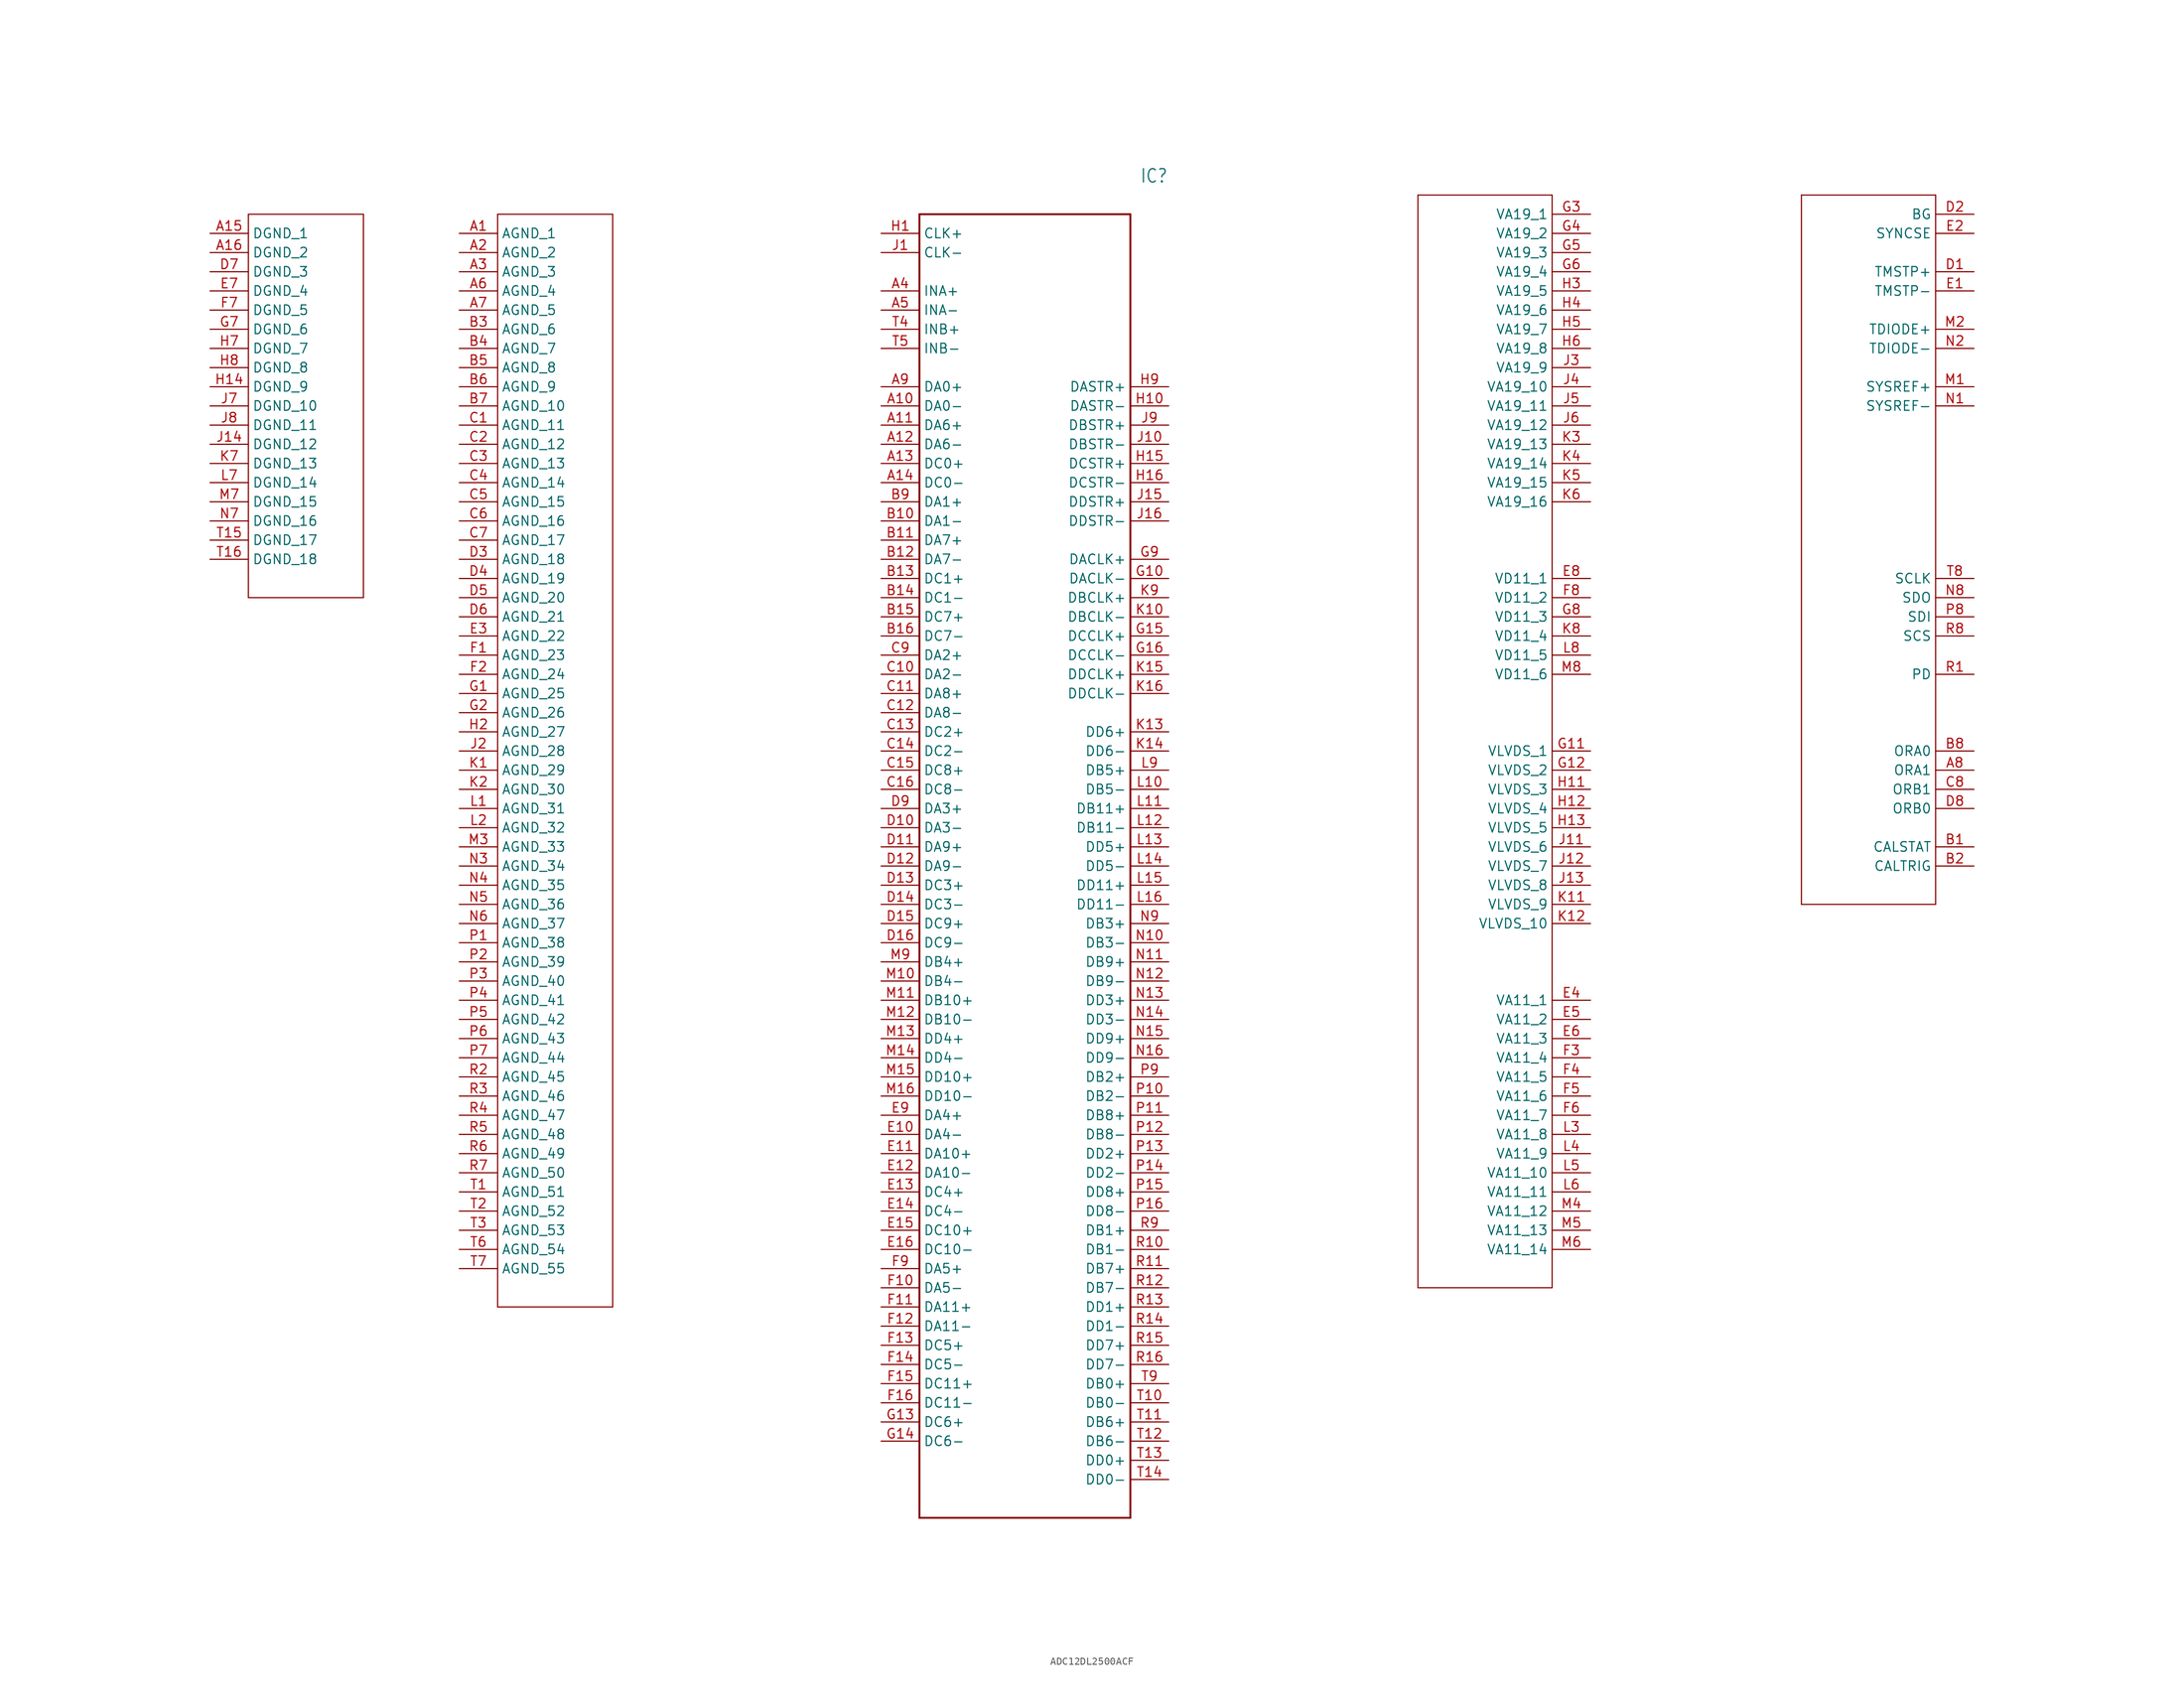
<source format=kicad_sym>
(kicad_symbol_lib
  (version 20231120)
  (generator "kicad_symbol_editor")
  (generator_version "8.0")
  (symbol "ADC12DL2500ACF"
    (property "Reference" "IC"
      (at 34.29 7.62 0)
      (effects (font (size 1.778 1.511)) (justify left)))
    (property "Value" ""
      (at 34.29 5.08 0)
      (effects (font (size 1.778 1.511)) (justify left)))
    (property "ki_locked" ""
      (at 0 0 0)
      (effects (font (size 1.27 1.27))))
    (symbol "ADC12DL2500ACF_1_0"
      (polyline (pts (xy -83.82 -48.26) (xy -68.58 -48.26)) (stroke (width 0.152) (type solid)) (fill (type none)))
      (polyline (pts (xy -83.82 2.54) (xy -83.82 -48.26)) (stroke (width 0.152) (type solid)) (fill (type none)))
      (polyline (pts (xy -68.58 -48.26) (xy -68.58 2.54)) (stroke (width 0.152) (type solid)) (fill (type none)))
      (polyline (pts (xy -68.58 2.54) (xy -83.82 2.54)) (stroke (width 0.152) (type solid)) (fill (type none)))
      (polyline (pts (xy -50.8 -142.24) (xy -35.56 -142.24)) (stroke (width 0.152) (type solid)) (fill (type none)))
      (polyline (pts (xy -50.8 2.54) (xy -50.8 -142.24)) (stroke (width 0.152) (type solid)) (fill (type none)))
      (polyline (pts (xy -35.56 -142.24) (xy -35.56 2.54)) (stroke (width 0.152) (type solid)) (fill (type none)))
      (polyline (pts (xy -35.56 2.54) (xy -50.8 2.54)) (stroke (width 0.152) (type solid)) (fill (type none)))
      (polyline (pts (xy 5.08 2.54) (xy 5.08 -170.18)) (stroke (width 0.254) (type solid)) (fill (type none)))
      (polyline (pts (xy 5.08 2.54) (xy 33.02 2.54)) (stroke (width 0.254) (type solid)) (fill (type none)))
      (polyline (pts (xy 33.02 -170.18) (xy 5.08 -170.18)) (stroke (width 0.254) (type solid)) (fill (type none)))
      (polyline (pts (xy 33.02 -170.18) (xy 33.02 2.54)) (stroke (width 0.254) (type solid)) (fill (type none)))
      (polyline (pts (xy 71.12 -139.7) (xy 71.12 5.08)) (stroke (width 0.152) (type solid)) (fill (type none)))
      (polyline (pts (xy 71.12 5.08) (xy 88.9 5.08)) (stroke (width 0.152) (type solid)) (fill (type none)))
      (polyline (pts (xy 88.9 -139.7) (xy 71.12 -139.7)) (stroke (width 0.152) (type solid)) (fill (type none)))
      (polyline (pts (xy 88.9 5.08) (xy 88.9 -139.7)) (stroke (width 0.152) (type solid)) (fill (type none)))
      (polyline (pts (xy 121.92 -88.9) (xy 121.92 5.08)) (stroke (width 0.152) (type solid)) (fill (type none)))
      (polyline (pts (xy 121.92 5.08) (xy 139.7 5.08)) (stroke (width 0.152) (type solid)) (fill (type none)))
      (polyline (pts (xy 139.7 -88.9) (xy 121.92 -88.9)) (stroke (width 0.152) (type solid)) (fill (type none)))
      (polyline (pts (xy 139.7 5.08) (xy 139.7 -88.9)) (stroke (width 0.152) (type solid)) (fill (type none)))
      (pin bidirectional line (at -55.88 0 0) (length 5.08) (name "AGND_1" (effects (font (size 1.27 1.27)))) (number "A1" (effects (font (size 1.27 1.27)))))
      (pin bidirectional line (at 0 -22.86 0) (length 5.08) (name "DA0-" (effects (font (size 1.27 1.27)))) (number "A10" (effects (font (size 1.27 1.27)))))
      (pin bidirectional line (at 0 -25.4 0) (length 5.08) (name "DA6+" (effects (font (size 1.27 1.27)))) (number "A11" (effects (font (size 1.27 1.27)))))
      (pin bidirectional line (at 0 -27.94 0) (length 5.08) (name "DA6-" (effects (font (size 1.27 1.27)))) (number "A12" (effects (font (size 1.27 1.27)))))
      (pin bidirectional line (at 0 -30.48 0) (length 5.08) (name "DC0+" (effects (font (size 1.27 1.27)))) (number "A13" (effects (font (size 1.27 1.27)))))
      (pin bidirectional line (at 0 -33.02 0) (length 5.08) (name "DC0-" (effects (font (size 1.27 1.27)))) (number "A14" (effects (font (size 1.27 1.27)))))
      (pin bidirectional line (at -88.9 0 0) (length 5.08) (name "DGND_1" (effects (font (size 1.27 1.27)))) (number "A15" (effects (font (size 1.27 1.27)))))
      (pin bidirectional line (at -88.9 -2.54 0) (length 5.08) (name "DGND_2" (effects (font (size 1.27 1.27)))) (number "A16" (effects (font (size 1.27 1.27)))))
      (pin bidirectional line (at -55.88 -2.54 0) (length 5.08) (name "AGND_2" (effects (font (size 1.27 1.27)))) (number "A2" (effects (font (size 1.27 1.27)))))
      (pin bidirectional line (at -55.88 -5.08 0) (length 5.08) (name "AGND_3" (effects (font (size 1.27 1.27)))) (number "A3" (effects (font (size 1.27 1.27)))))
      (pin bidirectional line (at 0 -7.62 0) (length 5.08) (name "INA+" (effects (font (size 1.27 1.27)))) (number "A4" (effects (font (size 1.27 1.27)))))
      (pin bidirectional line (at 0 -10.16 0) (length 5.08) (name "INA-" (effects (font (size 1.27 1.27)))) (number "A5" (effects (font (size 1.27 1.27)))))
      (pin bidirectional line (at -55.88 -7.62 0) (length 5.08) (name "AGND_4" (effects (font (size 1.27 1.27)))) (number "A6" (effects (font (size 1.27 1.27)))))
      (pin bidirectional line (at -55.88 -10.16 0) (length 5.08) (name "AGND_5" (effects (font (size 1.27 1.27)))) (number "A7" (effects (font (size 1.27 1.27)))))
      (pin bidirectional line (at 144.78 -71.12 180) (length 5.08) (name "ORA1" (effects (font (size 1.27 1.27)))) (number "A8" (effects (font (size 1.27 1.27)))))
      (pin bidirectional line (at 0 -20.32 0) (length 5.08) (name "DA0+" (effects (font (size 1.27 1.27)))) (number "A9" (effects (font (size 1.27 1.27)))))
      (pin bidirectional line (at 144.78 -81.28 180) (length 5.08) (name "CALSTAT" (effects (font (size 1.27 1.27)))) (number "B1" (effects (font (size 1.27 1.27)))))
      (pin bidirectional line (at 0 -38.1 0) (length 5.08) (name "DA1-" (effects (font (size 1.27 1.27)))) (number "B10" (effects (font (size 1.27 1.27)))))
      (pin bidirectional line (at 0 -40.64 0) (length 5.08) (name "DA7+" (effects (font (size 1.27 1.27)))) (number "B11" (effects (font (size 1.27 1.27)))))
      (pin bidirectional line (at 0 -43.18 0) (length 5.08) (name "DA7-" (effects (font (size 1.27 1.27)))) (number "B12" (effects (font (size 1.27 1.27)))))
      (pin bidirectional line (at 0 -45.72 0) (length 5.08) (name "DC1+" (effects (font (size 1.27 1.27)))) (number "B13" (effects (font (size 1.27 1.27)))))
      (pin bidirectional line (at 0 -48.26 0) (length 5.08) (name "DC1-" (effects (font (size 1.27 1.27)))) (number "B14" (effects (font (size 1.27 1.27)))))
      (pin bidirectional line (at 0 -50.8 0) (length 5.08) (name "DC7+" (effects (font (size 1.27 1.27)))) (number "B15" (effects (font (size 1.27 1.27)))))
      (pin bidirectional line (at 0 -53.34 0) (length 5.08) (name "DC7-" (effects (font (size 1.27 1.27)))) (number "B16" (effects (font (size 1.27 1.27)))))
      (pin bidirectional line (at 144.78 -83.82 180) (length 5.08) (name "CALTRIG" (effects (font (size 1.27 1.27)))) (number "B2" (effects (font (size 1.27 1.27)))))
      (pin bidirectional line (at -55.88 -12.7 0) (length 5.08) (name "AGND_6" (effects (font (size 1.27 1.27)))) (number "B3" (effects (font (size 1.27 1.27)))))
      (pin bidirectional line (at -55.88 -15.24 0) (length 5.08) (name "AGND_7" (effects (font (size 1.27 1.27)))) (number "B4" (effects (font (size 1.27 1.27)))))
      (pin bidirectional line (at -55.88 -17.78 0) (length 5.08) (name "AGND_8" (effects (font (size 1.27 1.27)))) (number "B5" (effects (font (size 1.27 1.27)))))
      (pin bidirectional line (at -55.88 -20.32 0) (length 5.08) (name "AGND_9" (effects (font (size 1.27 1.27)))) (number "B6" (effects (font (size 1.27 1.27)))))
      (pin bidirectional line (at -55.88 -22.86 0) (length 5.08) (name "AGND_10" (effects (font (size 1.27 1.27)))) (number "B7" (effects (font (size 1.27 1.27)))))
      (pin bidirectional line (at 144.78 -68.58 180) (length 5.08) (name "ORA0" (effects (font (size 1.27 1.27)))) (number "B8" (effects (font (size 1.27 1.27)))))
      (pin bidirectional line (at 0 -35.56 0) (length 5.08) (name "DA1+" (effects (font (size 1.27 1.27)))) (number "B9" (effects (font (size 1.27 1.27)))))
      (pin bidirectional line (at -55.88 -25.4 0) (length 5.08) (name "AGND_11" (effects (font (size 1.27 1.27)))) (number "C1" (effects (font (size 1.27 1.27)))))
      (pin bidirectional line (at 0 -58.42 0) (length 5.08) (name "DA2-" (effects (font (size 1.27 1.27)))) (number "C10" (effects (font (size 1.27 1.27)))))
      (pin bidirectional line (at 0 -60.96 0) (length 5.08) (name "DA8+" (effects (font (size 1.27 1.27)))) (number "C11" (effects (font (size 1.27 1.27)))))
      (pin bidirectional line (at 0 -63.5 0) (length 5.08) (name "DA8-" (effects (font (size 1.27 1.27)))) (number "C12" (effects (font (size 1.27 1.27)))))
      (pin bidirectional line (at 0 -66.04 0) (length 5.08) (name "DC2+" (effects (font (size 1.27 1.27)))) (number "C13" (effects (font (size 1.27 1.27)))))
      (pin bidirectional line (at 0 -68.58 0) (length 5.08) (name "DC2-" (effects (font (size 1.27 1.27)))) (number "C14" (effects (font (size 1.27 1.27)))))
      (pin bidirectional line (at 0 -71.12 0) (length 5.08) (name "DC8+" (effects (font (size 1.27 1.27)))) (number "C15" (effects (font (size 1.27 1.27)))))
      (pin bidirectional line (at 0 -73.66 0) (length 5.08) (name "DC8-" (effects (font (size 1.27 1.27)))) (number "C16" (effects (font (size 1.27 1.27)))))
      (pin bidirectional line (at -55.88 -27.94 0) (length 5.08) (name "AGND_12" (effects (font (size 1.27 1.27)))) (number "C2" (effects (font (size 1.27 1.27)))))
      (pin bidirectional line (at -55.88 -30.48 0) (length 5.08) (name "AGND_13" (effects (font (size 1.27 1.27)))) (number "C3" (effects (font (size 1.27 1.27)))))
      (pin bidirectional line (at -55.88 -33.02 0) (length 5.08) (name "AGND_14" (effects (font (size 1.27 1.27)))) (number "C4" (effects (font (size 1.27 1.27)))))
      (pin bidirectional line (at -55.88 -35.56 0) (length 5.08) (name "AGND_15" (effects (font (size 1.27 1.27)))) (number "C5" (effects (font (size 1.27 1.27)))))
      (pin bidirectional line (at -55.88 -38.1 0) (length 5.08) (name "AGND_16" (effects (font (size 1.27 1.27)))) (number "C6" (effects (font (size 1.27 1.27)))))
      (pin bidirectional line (at -55.88 -40.64 0) (length 5.08) (name "AGND_17" (effects (font (size 1.27 1.27)))) (number "C7" (effects (font (size 1.27 1.27)))))
      (pin bidirectional line (at 144.78 -73.66 180) (length 5.08) (name "ORB1" (effects (font (size 1.27 1.27)))) (number "C8" (effects (font (size 1.27 1.27)))))
      (pin bidirectional line (at 0 -55.88 0) (length 5.08) (name "DA2+" (effects (font (size 1.27 1.27)))) (number "C9" (effects (font (size 1.27 1.27)))))
      (pin bidirectional line (at 144.78 -5.08 180) (length 5.08) (name "TMSTP+" (effects (font (size 1.27 1.27)))) (number "D1" (effects (font (size 1.27 1.27)))))
      (pin bidirectional line (at 0 -78.74 0) (length 5.08) (name "DA3-" (effects (font (size 1.27 1.27)))) (number "D10" (effects (font (size 1.27 1.27)))))
      (pin bidirectional line (at 0 -81.28 0) (length 5.08) (name "DA9+" (effects (font (size 1.27 1.27)))) (number "D11" (effects (font (size 1.27 1.27)))))
      (pin bidirectional line (at 0 -83.82 0) (length 5.08) (name "DA9-" (effects (font (size 1.27 1.27)))) (number "D12" (effects (font (size 1.27 1.27)))))
      (pin bidirectional line (at 0 -86.36 0) (length 5.08) (name "DC3+" (effects (font (size 1.27 1.27)))) (number "D13" (effects (font (size 1.27 1.27)))))
      (pin bidirectional line (at 0 -88.9 0) (length 5.08) (name "DC3-" (effects (font (size 1.27 1.27)))) (number "D14" (effects (font (size 1.27 1.27)))))
      (pin bidirectional line (at 0 -91.44 0) (length 5.08) (name "DC9+" (effects (font (size 1.27 1.27)))) (number "D15" (effects (font (size 1.27 1.27)))))
      (pin bidirectional line (at 0 -93.98 0) (length 5.08) (name "DC9-" (effects (font (size 1.27 1.27)))) (number "D16" (effects (font (size 1.27 1.27)))))
      (pin bidirectional line (at 144.78 2.54 180) (length 5.08) (name "BG" (effects (font (size 1.27 1.27)))) (number "D2" (effects (font (size 1.27 1.27)))))
      (pin bidirectional line (at -55.88 -43.18 0) (length 5.08) (name "AGND_18" (effects (font (size 1.27 1.27)))) (number "D3" (effects (font (size 1.27 1.27)))))
      (pin bidirectional line (at -55.88 -45.72 0) (length 5.08) (name "AGND_19" (effects (font (size 1.27 1.27)))) (number "D4" (effects (font (size 1.27 1.27)))))
      (pin bidirectional line (at -55.88 -48.26 0) (length 5.08) (name "AGND_20" (effects (font (size 1.27 1.27)))) (number "D5" (effects (font (size 1.27 1.27)))))
      (pin bidirectional line (at -55.88 -50.8 0) (length 5.08) (name "AGND_21" (effects (font (size 1.27 1.27)))) (number "D6" (effects (font (size 1.27 1.27)))))
      (pin bidirectional line (at -88.9 -5.08 0) (length 5.08) (name "DGND_3" (effects (font (size 1.27 1.27)))) (number "D7" (effects (font (size 1.27 1.27)))))
      (pin bidirectional line (at 144.78 -76.2 180) (length 5.08) (name "ORB0" (effects (font (size 1.27 1.27)))) (number "D8" (effects (font (size 1.27 1.27)))))
      (pin bidirectional line (at 0 -76.2 0) (length 5.08) (name "DA3+" (effects (font (size 1.27 1.27)))) (number "D9" (effects (font (size 1.27 1.27)))))
      (pin bidirectional line (at 144.78 -7.62 180) (length 5.08) (name "TMSTP-" (effects (font (size 1.27 1.27)))) (number "E1" (effects (font (size 1.27 1.27)))))
      (pin bidirectional line (at 0 -119.38 0) (length 5.08) (name "DA4-" (effects (font (size 1.27 1.27)))) (number "E10" (effects (font (size 1.27 1.27)))))
      (pin bidirectional line (at 0 -121.92 0) (length 5.08) (name "DA10+" (effects (font (size 1.27 1.27)))) (number "E11" (effects (font (size 1.27 1.27)))))
      (pin bidirectional line (at 0 -124.46 0) (length 5.08) (name "DA10-" (effects (font (size 1.27 1.27)))) (number "E12" (effects (font (size 1.27 1.27)))))
      (pin bidirectional line (at 0 -127 0) (length 5.08) (name "DC4+" (effects (font (size 1.27 1.27)))) (number "E13" (effects (font (size 1.27 1.27)))))
      (pin bidirectional line (at 0 -129.54 0) (length 5.08) (name "DC4-" (effects (font (size 1.27 1.27)))) (number "E14" (effects (font (size 1.27 1.27)))))
      (pin bidirectional line (at 0 -132.08 0) (length 5.08) (name "DC10+" (effects (font (size 1.27 1.27)))) (number "E15" (effects (font (size 1.27 1.27)))))
      (pin bidirectional line (at 0 -134.62 0) (length 5.08) (name "DC10-" (effects (font (size 1.27 1.27)))) (number "E16" (effects (font (size 1.27 1.27)))))
      (pin bidirectional line (at 144.78 0 180) (length 5.08) (name "SYNCSE" (effects (font (size 1.27 1.27)))) (number "E2" (effects (font (size 1.27 1.27)))))
      (pin bidirectional line (at -55.88 -53.34 0) (length 5.08) (name "AGND_22" (effects (font (size 1.27 1.27)))) (number "E3" (effects (font (size 1.27 1.27)))))
      (pin bidirectional line (at 93.98 -101.6 180) (length 5.08) (name "VA11_1" (effects (font (size 1.27 1.27)))) (number "E4" (effects (font (size 1.27 1.27)))))
      (pin bidirectional line (at 93.98 -104.14 180) (length 5.08) (name "VA11_2" (effects (font (size 1.27 1.27)))) (number "E5" (effects (font (size 1.27 1.27)))))
      (pin bidirectional line (at 93.98 -106.68 180) (length 5.08) (name "VA11_3" (effects (font (size 1.27 1.27)))) (number "E6" (effects (font (size 1.27 1.27)))))
      (pin bidirectional line (at -88.9 -7.62 0) (length 5.08) (name "DGND_4" (effects (font (size 1.27 1.27)))) (number "E7" (effects (font (size 1.27 1.27)))))
      (pin bidirectional line (at 93.98 -45.72 180) (length 5.08) (name "VD11_1" (effects (font (size 1.27 1.27)))) (number "E8" (effects (font (size 1.27 1.27)))))
      (pin bidirectional line (at 0 -116.84 0) (length 5.08) (name "DA4+" (effects (font (size 1.27 1.27)))) (number "E9" (effects (font (size 1.27 1.27)))))
      (pin bidirectional line (at -55.88 -55.88 0) (length 5.08) (name "AGND_23" (effects (font (size 1.27 1.27)))) (number "F1" (effects (font (size 1.27 1.27)))))
      (pin bidirectional line (at 0 -139.7 0) (length 5.08) (name "DA5-" (effects (font (size 1.27 1.27)))) (number "F10" (effects (font (size 1.27 1.27)))))
      (pin bidirectional line (at 0 -142.24 0) (length 5.08) (name "DA11+" (effects (font (size 1.27 1.27)))) (number "F11" (effects (font (size 1.27 1.27)))))
      (pin bidirectional line (at 0 -144.78 0) (length 5.08) (name "DA11-" (effects (font (size 1.27 1.27)))) (number "F12" (effects (font (size 1.27 1.27)))))
      (pin bidirectional line (at 0 -147.32 0) (length 5.08) (name "DC5+" (effects (font (size 1.27 1.27)))) (number "F13" (effects (font (size 1.27 1.27)))))
      (pin bidirectional line (at 0 -149.86 0) (length 5.08) (name "DC5-" (effects (font (size 1.27 1.27)))) (number "F14" (effects (font (size 1.27 1.27)))))
      (pin bidirectional line (at 0 -152.4 0) (length 5.08) (name "DC11+" (effects (font (size 1.27 1.27)))) (number "F15" (effects (font (size 1.27 1.27)))))
      (pin bidirectional line (at 0 -154.94 0) (length 5.08) (name "DC11-" (effects (font (size 1.27 1.27)))) (number "F16" (effects (font (size 1.27 1.27)))))
      (pin bidirectional line (at -55.88 -58.42 0) (length 5.08) (name "AGND_24" (effects (font (size 1.27 1.27)))) (number "F2" (effects (font (size 1.27 1.27)))))
      (pin bidirectional line (at 93.98 -109.22 180) (length 5.08) (name "VA11_4" (effects (font (size 1.27 1.27)))) (number "F3" (effects (font (size 1.27 1.27)))))
      (pin bidirectional line (at 93.98 -111.76 180) (length 5.08) (name "VA11_5" (effects (font (size 1.27 1.27)))) (number "F4" (effects (font (size 1.27 1.27)))))
      (pin bidirectional line (at 93.98 -114.3 180) (length 5.08) (name "VA11_6" (effects (font (size 1.27 1.27)))) (number "F5" (effects (font (size 1.27 1.27)))))
      (pin bidirectional line (at 93.98 -116.84 180) (length 5.08) (name "VA11_7" (effects (font (size 1.27 1.27)))) (number "F6" (effects (font (size 1.27 1.27)))))
      (pin bidirectional line (at -88.9 -10.16 0) (length 5.08) (name "DGND_5" (effects (font (size 1.27 1.27)))) (number "F7" (effects (font (size 1.27 1.27)))))
      (pin bidirectional line (at 93.98 -48.26 180) (length 5.08) (name "VD11_2" (effects (font (size 1.27 1.27)))) (number "F8" (effects (font (size 1.27 1.27)))))
      (pin bidirectional line (at 0 -137.16 0) (length 5.08) (name "DA5+" (effects (font (size 1.27 1.27)))) (number "F9" (effects (font (size 1.27 1.27)))))
      (pin bidirectional line (at -55.88 -60.96 0) (length 5.08) (name "AGND_25" (effects (font (size 1.27 1.27)))) (number "G1" (effects (font (size 1.27 1.27)))))
      (pin bidirectional line (at 38.1 -45.72 180) (length 5.08) (name "DACLK-" (effects (font (size 1.27 1.27)))) (number "G10" (effects (font (size 1.27 1.27)))))
      (pin bidirectional line (at 93.98 -68.58 180) (length 5.08) (name "VLVDS_1" (effects (font (size 1.27 1.27)))) (number "G11" (effects (font (size 1.27 1.27)))))
      (pin bidirectional line (at 93.98 -71.12 180) (length 5.08) (name "VLVDS_2" (effects (font (size 1.27 1.27)))) (number "G12" (effects (font (size 1.27 1.27)))))
      (pin bidirectional line (at 0 -157.48 0) (length 5.08) (name "DC6+" (effects (font (size 1.27 1.27)))) (number "G13" (effects (font (size 1.27 1.27)))))
      (pin bidirectional line (at 0 -160.02 0) (length 5.08) (name "DC6-" (effects (font (size 1.27 1.27)))) (number "G14" (effects (font (size 1.27 1.27)))))
      (pin bidirectional line (at 38.1 -53.34 180) (length 5.08) (name "DCCLK+" (effects (font (size 1.27 1.27)))) (number "G15" (effects (font (size 1.27 1.27)))))
      (pin bidirectional line (at 38.1 -55.88 180) (length 5.08) (name "DCCLK-" (effects (font (size 1.27 1.27)))) (number "G16" (effects (font (size 1.27 1.27)))))
      (pin bidirectional line (at -55.88 -63.5 0) (length 5.08) (name "AGND_26" (effects (font (size 1.27 1.27)))) (number "G2" (effects (font (size 1.27 1.27)))))
      (pin bidirectional line (at 93.98 2.54 180) (length 5.08) (name "VA19_1" (effects (font (size 1.27 1.27)))) (number "G3" (effects (font (size 1.27 1.27)))))
      (pin bidirectional line (at 93.98 0 180) (length 5.08) (name "VA19_2" (effects (font (size 1.27 1.27)))) (number "G4" (effects (font (size 1.27 1.27)))))
      (pin bidirectional line (at 93.98 -2.54 180) (length 5.08) (name "VA19_3" (effects (font (size 1.27 1.27)))) (number "G5" (effects (font (size 1.27 1.27)))))
      (pin bidirectional line (at 93.98 -5.08 180) (length 5.08) (name "VA19_4" (effects (font (size 1.27 1.27)))) (number "G6" (effects (font (size 1.27 1.27)))))
      (pin bidirectional line (at -88.9 -12.7 0) (length 5.08) (name "DGND_6" (effects (font (size 1.27 1.27)))) (number "G7" (effects (font (size 1.27 1.27)))))
      (pin bidirectional line (at 93.98 -50.8 180) (length 5.08) (name "VD11_3" (effects (font (size 1.27 1.27)))) (number "G8" (effects (font (size 1.27 1.27)))))
      (pin bidirectional line (at 38.1 -43.18 180) (length 5.08) (name "DACLK+" (effects (font (size 1.27 1.27)))) (number "G9" (effects (font (size 1.27 1.27)))))
      (pin bidirectional line (at 0 0 0) (length 5.08) (name "CLK+" (effects (font (size 1.27 1.27)))) (number "H1" (effects (font (size 1.27 1.27)))))
      (pin bidirectional line (at 38.1 -22.86 180) (length 5.08) (name "DASTR-" (effects (font (size 1.27 1.27)))) (number "H10" (effects (font (size 1.27 1.27)))))
      (pin bidirectional line (at 93.98 -73.66 180) (length 5.08) (name "VLVDS_3" (effects (font (size 1.27 1.27)))) (number "H11" (effects (font (size 1.27 1.27)))))
      (pin bidirectional line (at 93.98 -76.2 180) (length 5.08) (name "VLVDS_4" (effects (font (size 1.27 1.27)))) (number "H12" (effects (font (size 1.27 1.27)))))
      (pin bidirectional line (at 93.98 -78.74 180) (length 5.08) (name "VLVDS_5" (effects (font (size 1.27 1.27)))) (number "H13" (effects (font (size 1.27 1.27)))))
      (pin bidirectional line (at -88.9 -20.32 0) (length 5.08) (name "DGND_9" (effects (font (size 1.27 1.27)))) (number "H14" (effects (font (size 1.27 1.27)))))
      (pin bidirectional line (at 38.1 -30.48 180) (length 5.08) (name "DCSTR+" (effects (font (size 1.27 1.27)))) (number "H15" (effects (font (size 1.27 1.27)))))
      (pin bidirectional line (at 38.1 -33.02 180) (length 5.08) (name "DCSTR-" (effects (font (size 1.27 1.27)))) (number "H16" (effects (font (size 1.27 1.27)))))
      (pin bidirectional line (at -55.88 -66.04 0) (length 5.08) (name "AGND_27" (effects (font (size 1.27 1.27)))) (number "H2" (effects (font (size 1.27 1.27)))))
      (pin bidirectional line (at 93.98 -7.62 180) (length 5.08) (name "VA19_5" (effects (font (size 1.27 1.27)))) (number "H3" (effects (font (size 1.27 1.27)))))
      (pin bidirectional line (at 93.98 -10.16 180) (length 5.08) (name "VA19_6" (effects (font (size 1.27 1.27)))) (number "H4" (effects (font (size 1.27 1.27)))))
      (pin bidirectional line (at 93.98 -12.7 180) (length 5.08) (name "VA19_7" (effects (font (size 1.27 1.27)))) (number "H5" (effects (font (size 1.27 1.27)))))
      (pin bidirectional line (at 93.98 -15.24 180) (length 5.08) (name "VA19_8" (effects (font (size 1.27 1.27)))) (number "H6" (effects (font (size 1.27 1.27)))))
      (pin bidirectional line (at -88.9 -15.24 0) (length 5.08) (name "DGND_7" (effects (font (size 1.27 1.27)))) (number "H7" (effects (font (size 1.27 1.27)))))
      (pin bidirectional line (at -88.9 -17.78 0) (length 5.08) (name "DGND_8" (effects (font (size 1.27 1.27)))) (number "H8" (effects (font (size 1.27 1.27)))))
      (pin bidirectional line (at 38.1 -20.32 180) (length 5.08) (name "DASTR+" (effects (font (size 1.27 1.27)))) (number "H9" (effects (font (size 1.27 1.27)))))
      (pin bidirectional line (at 0 -2.54 0) (length 5.08) (name "CLK-" (effects (font (size 1.27 1.27)))) (number "J1" (effects (font (size 1.27 1.27)))))
      (pin bidirectional line (at 38.1 -27.94 180) (length 5.08) (name "DBSTR-" (effects (font (size 1.27 1.27)))) (number "J10" (effects (font (size 1.27 1.27)))))
      (pin bidirectional line (at 93.98 -81.28 180) (length 5.08) (name "VLVDS_6" (effects (font (size 1.27 1.27)))) (number "J11" (effects (font (size 1.27 1.27)))))
      (pin bidirectional line (at 93.98 -83.82 180) (length 5.08) (name "VLVDS_7" (effects (font (size 1.27 1.27)))) (number "J12" (effects (font (size 1.27 1.27)))))
      (pin bidirectional line (at 93.98 -86.36 180) (length 5.08) (name "VLVDS_8" (effects (font (size 1.27 1.27)))) (number "J13" (effects (font (size 1.27 1.27)))))
      (pin bidirectional line (at -88.9 -27.94 0) (length 5.08) (name "DGND_12" (effects (font (size 1.27 1.27)))) (number "J14" (effects (font (size 1.27 1.27)))))
      (pin bidirectional line (at 38.1 -35.56 180) (length 5.08) (name "DDSTR+" (effects (font (size 1.27 1.27)))) (number "J15" (effects (font (size 1.27 1.27)))))
      (pin bidirectional line (at 38.1 -38.1 180) (length 5.08) (name "DDSTR-" (effects (font (size 1.27 1.27)))) (number "J16" (effects (font (size 1.27 1.27)))))
      (pin bidirectional line (at -55.88 -68.58 0) (length 5.08) (name "AGND_28" (effects (font (size 1.27 1.27)))) (number "J2" (effects (font (size 1.27 1.27)))))
      (pin bidirectional line (at 93.98 -17.78 180) (length 5.08) (name "VA19_9" (effects (font (size 1.27 1.27)))) (number "J3" (effects (font (size 1.27 1.27)))))
      (pin bidirectional line (at 93.98 -20.32 180) (length 5.08) (name "VA19_10" (effects (font (size 1.27 1.27)))) (number "J4" (effects (font (size 1.27 1.27)))))
      (pin bidirectional line (at 93.98 -22.86 180) (length 5.08) (name "VA19_11" (effects (font (size 1.27 1.27)))) (number "J5" (effects (font (size 1.27 1.27)))))
      (pin bidirectional line (at 93.98 -25.4 180) (length 5.08) (name "VA19_12" (effects (font (size 1.27 1.27)))) (number "J6" (effects (font (size 1.27 1.27)))))
      (pin bidirectional line (at -88.9 -22.86 0) (length 5.08) (name "DGND_10" (effects (font (size 1.27 1.27)))) (number "J7" (effects (font (size 1.27 1.27)))))
      (pin bidirectional line (at -88.9 -25.4 0) (length 5.08) (name "DGND_11" (effects (font (size 1.27 1.27)))) (number "J8" (effects (font (size 1.27 1.27)))))
      (pin bidirectional line (at 38.1 -25.4 180) (length 5.08) (name "DBSTR+" (effects (font (size 1.27 1.27)))) (number "J9" (effects (font (size 1.27 1.27)))))
      (pin bidirectional line (at -55.88 -71.12 0) (length 5.08) (name "AGND_29" (effects (font (size 1.27 1.27)))) (number "K1" (effects (font (size 1.27 1.27)))))
      (pin bidirectional line (at 38.1 -50.8 180) (length 5.08) (name "DBCLK-" (effects (font (size 1.27 1.27)))) (number "K10" (effects (font (size 1.27 1.27)))))
      (pin bidirectional line (at 93.98 -88.9 180) (length 5.08) (name "VLVDS_9" (effects (font (size 1.27 1.27)))) (number "K11" (effects (font (size 1.27 1.27)))))
      (pin bidirectional line (at 93.98 -91.44 180) (length 5.08) (name "VLVDS_10" (effects (font (size 1.27 1.27)))) (number "K12" (effects (font (size 1.27 1.27)))))
      (pin bidirectional line (at 38.1 -66.04 180) (length 5.08) (name "DD6+" (effects (font (size 1.27 1.27)))) (number "K13" (effects (font (size 1.27 1.27)))))
      (pin bidirectional line (at 38.1 -68.58 180) (length 5.08) (name "DD6-" (effects (font (size 1.27 1.27)))) (number "K14" (effects (font (size 1.27 1.27)))))
      (pin bidirectional line (at 38.1 -58.42 180) (length 5.08) (name "DDCLK+" (effects (font (size 1.27 1.27)))) (number "K15" (effects (font (size 1.27 1.27)))))
      (pin bidirectional line (at 38.1 -60.96 180) (length 5.08) (name "DDCLK-" (effects (font (size 1.27 1.27)))) (number "K16" (effects (font (size 1.27 1.27)))))
      (pin bidirectional line (at -55.88 -73.66 0) (length 5.08) (name "AGND_30" (effects (font (size 1.27 1.27)))) (number "K2" (effects (font (size 1.27 1.27)))))
      (pin bidirectional line (at 93.98 -27.94 180) (length 5.08) (name "VA19_13" (effects (font (size 1.27 1.27)))) (number "K3" (effects (font (size 1.27 1.27)))))
      (pin bidirectional line (at 93.98 -30.48 180) (length 5.08) (name "VA19_14" (effects (font (size 1.27 1.27)))) (number "K4" (effects (font (size 1.27 1.27)))))
      (pin bidirectional line (at 93.98 -33.02 180) (length 5.08) (name "VA19_15" (effects (font (size 1.27 1.27)))) (number "K5" (effects (font (size 1.27 1.27)))))
      (pin bidirectional line (at 93.98 -35.56 180) (length 5.08) (name "VA19_16" (effects (font (size 1.27 1.27)))) (number "K6" (effects (font (size 1.27 1.27)))))
      (pin bidirectional line (at -88.9 -30.48 0) (length 5.08) (name "DGND_13" (effects (font (size 1.27 1.27)))) (number "K7" (effects (font (size 1.27 1.27)))))
      (pin bidirectional line (at 93.98 -53.34 180) (length 5.08) (name "VD11_4" (effects (font (size 1.27 1.27)))) (number "K8" (effects (font (size 1.27 1.27)))))
      (pin bidirectional line (at 38.1 -48.26 180) (length 5.08) (name "DBCLK+" (effects (font (size 1.27 1.27)))) (number "K9" (effects (font (size 1.27 1.27)))))
      (pin bidirectional line (at -55.88 -76.2 0) (length 5.08) (name "AGND_31" (effects (font (size 1.27 1.27)))) (number "L1" (effects (font (size 1.27 1.27)))))
      (pin bidirectional line (at 38.1 -73.66 180) (length 5.08) (name "DB5-" (effects (font (size 1.27 1.27)))) (number "L10" (effects (font (size 1.27 1.27)))))
      (pin bidirectional line (at 38.1 -76.2 180) (length 5.08) (name "DB11+" (effects (font (size 1.27 1.27)))) (number "L11" (effects (font (size 1.27 1.27)))))
      (pin bidirectional line (at 38.1 -78.74 180) (length 5.08) (name "DB11-" (effects (font (size 1.27 1.27)))) (number "L12" (effects (font (size 1.27 1.27)))))
      (pin bidirectional line (at 38.1 -81.28 180) (length 5.08) (name "DD5+" (effects (font (size 1.27 1.27)))) (number "L13" (effects (font (size 1.27 1.27)))))
      (pin bidirectional line (at 38.1 -83.82 180) (length 5.08) (name "DD5-" (effects (font (size 1.27 1.27)))) (number "L14" (effects (font (size 1.27 1.27)))))
      (pin bidirectional line (at 38.1 -86.36 180) (length 5.08) (name "DD11+" (effects (font (size 1.27 1.27)))) (number "L15" (effects (font (size 1.27 1.27)))))
      (pin bidirectional line (at 38.1 -88.9 180) (length 5.08) (name "DD11-" (effects (font (size 1.27 1.27)))) (number "L16" (effects (font (size 1.27 1.27)))))
      (pin bidirectional line (at -55.88 -78.74 0) (length 5.08) (name "AGND_32" (effects (font (size 1.27 1.27)))) (number "L2" (effects (font (size 1.27 1.27)))))
      (pin bidirectional line (at 93.98 -119.38 180) (length 5.08) (name "VA11_8" (effects (font (size 1.27 1.27)))) (number "L3" (effects (font (size 1.27 1.27)))))
      (pin bidirectional line (at 93.98 -121.92 180) (length 5.08) (name "VA11_9" (effects (font (size 1.27 1.27)))) (number "L4" (effects (font (size 1.27 1.27)))))
      (pin bidirectional line (at 93.98 -124.46 180) (length 5.08) (name "VA11_10" (effects (font (size 1.27 1.27)))) (number "L5" (effects (font (size 1.27 1.27)))))
      (pin bidirectional line (at 93.98 -127 180) (length 5.08) (name "VA11_11" (effects (font (size 1.27 1.27)))) (number "L6" (effects (font (size 1.27 1.27)))))
      (pin bidirectional line (at -88.9 -33.02 0) (length 5.08) (name "DGND_14" (effects (font (size 1.27 1.27)))) (number "L7" (effects (font (size 1.27 1.27)))))
      (pin bidirectional line (at 93.98 -55.88 180) (length 5.08) (name "VD11_5" (effects (font (size 1.27 1.27)))) (number "L8" (effects (font (size 1.27 1.27)))))
      (pin bidirectional line (at 38.1 -71.12 180) (length 5.08) (name "DB5+" (effects (font (size 1.27 1.27)))) (number "L9" (effects (font (size 1.27 1.27)))))
      (pin bidirectional line (at 144.78 -20.32 180) (length 5.08) (name "SYSREF+" (effects (font (size 1.27 1.27)))) (number "M1" (effects (font (size 1.27 1.27)))))
      (pin bidirectional line (at 0 -99.06 0) (length 5.08) (name "DB4-" (effects (font (size 1.27 1.27)))) (number "M10" (effects (font (size 1.27 1.27)))))
      (pin bidirectional line (at 0 -101.6 0) (length 5.08) (name "DB10+" (effects (font (size 1.27 1.27)))) (number "M11" (effects (font (size 1.27 1.27)))))
      (pin bidirectional line (at 0 -104.14 0) (length 5.08) (name "DB10-" (effects (font (size 1.27 1.27)))) (number "M12" (effects (font (size 1.27 1.27)))))
      (pin bidirectional line (at 0 -106.68 0) (length 5.08) (name "DD4+" (effects (font (size 1.27 1.27)))) (number "M13" (effects (font (size 1.27 1.27)))))
      (pin bidirectional line (at 0 -109.22 0) (length 5.08) (name "DD4-" (effects (font (size 1.27 1.27)))) (number "M14" (effects (font (size 1.27 1.27)))))
      (pin bidirectional line (at 0 -111.76 0) (length 5.08) (name "DD10+" (effects (font (size 1.27 1.27)))) (number "M15" (effects (font (size 1.27 1.27)))))
      (pin bidirectional line (at 0 -114.3 0) (length 5.08) (name "DD10-" (effects (font (size 1.27 1.27)))) (number "M16" (effects (font (size 1.27 1.27)))))
      (pin bidirectional line (at 144.78 -12.7 180) (length 5.08) (name "TDIODE+" (effects (font (size 1.27 1.27)))) (number "M2" (effects (font (size 1.27 1.27)))))
      (pin bidirectional line (at -55.88 -81.28 0) (length 5.08) (name "AGND_33" (effects (font (size 1.27 1.27)))) (number "M3" (effects (font (size 1.27 1.27)))))
      (pin bidirectional line (at 93.98 -129.54 180) (length 5.08) (name "VA11_12" (effects (font (size 1.27 1.27)))) (number "M4" (effects (font (size 1.27 1.27)))))
      (pin bidirectional line (at 93.98 -132.08 180) (length 5.08) (name "VA11_13" (effects (font (size 1.27 1.27)))) (number "M5" (effects (font (size 1.27 1.27)))))
      (pin bidirectional line (at 93.98 -134.62 180) (length 5.08) (name "VA11_14" (effects (font (size 1.27 1.27)))) (number "M6" (effects (font (size 1.27 1.27)))))
      (pin bidirectional line (at -88.9 -35.56 0) (length 5.08) (name "DGND_15" (effects (font (size 1.27 1.27)))) (number "M7" (effects (font (size 1.27 1.27)))))
      (pin bidirectional line (at 93.98 -58.42 180) (length 5.08) (name "VD11_6" (effects (font (size 1.27 1.27)))) (number "M8" (effects (font (size 1.27 1.27)))))
      (pin bidirectional line (at 0 -96.52 0) (length 5.08) (name "DB4+" (effects (font (size 1.27 1.27)))) (number "M9" (effects (font (size 1.27 1.27)))))
      (pin bidirectional line (at 144.78 -22.86 180) (length 5.08) (name "SYSREF-" (effects (font (size 1.27 1.27)))) (number "N1" (effects (font (size 1.27 1.27)))))
      (pin bidirectional line (at 38.1 -93.98 180) (length 5.08) (name "DB3-" (effects (font (size 1.27 1.27)))) (number "N10" (effects (font (size 1.27 1.27)))))
      (pin bidirectional line (at 38.1 -96.52 180) (length 5.08) (name "DB9+" (effects (font (size 1.27 1.27)))) (number "N11" (effects (font (size 1.27 1.27)))))
      (pin bidirectional line (at 38.1 -99.06 180) (length 5.08) (name "DB9-" (effects (font (size 1.27 1.27)))) (number "N12" (effects (font (size 1.27 1.27)))))
      (pin bidirectional line (at 38.1 -101.6 180) (length 5.08) (name "DD3+" (effects (font (size 1.27 1.27)))) (number "N13" (effects (font (size 1.27 1.27)))))
      (pin bidirectional line (at 38.1 -104.14 180) (length 5.08) (name "DD3-" (effects (font (size 1.27 1.27)))) (number "N14" (effects (font (size 1.27 1.27)))))
      (pin bidirectional line (at 38.1 -106.68 180) (length 5.08) (name "DD9+" (effects (font (size 1.27 1.27)))) (number "N15" (effects (font (size 1.27 1.27)))))
      (pin bidirectional line (at 38.1 -109.22 180) (length 5.08) (name "DD9-" (effects (font (size 1.27 1.27)))) (number "N16" (effects (font (size 1.27 1.27)))))
      (pin bidirectional line (at 144.78 -15.24 180) (length 5.08) (name "TDIODE-" (effects (font (size 1.27 1.27)))) (number "N2" (effects (font (size 1.27 1.27)))))
      (pin bidirectional line (at -55.88 -83.82 0) (length 5.08) (name "AGND_34" (effects (font (size 1.27 1.27)))) (number "N3" (effects (font (size 1.27 1.27)))))
      (pin bidirectional line (at -55.88 -86.36 0) (length 5.08) (name "AGND_35" (effects (font (size 1.27 1.27)))) (number "N4" (effects (font (size 1.27 1.27)))))
      (pin bidirectional line (at -55.88 -88.9 0) (length 5.08) (name "AGND_36" (effects (font (size 1.27 1.27)))) (number "N5" (effects (font (size 1.27 1.27)))))
      (pin bidirectional line (at -55.88 -91.44 0) (length 5.08) (name "AGND_37" (effects (font (size 1.27 1.27)))) (number "N6" (effects (font (size 1.27 1.27)))))
      (pin bidirectional line (at -88.9 -38.1 0) (length 5.08) (name "DGND_16" (effects (font (size 1.27 1.27)))) (number "N7" (effects (font (size 1.27 1.27)))))
      (pin bidirectional line (at 144.78 -48.26 180) (length 5.08) (name "SDO" (effects (font (size 1.27 1.27)))) (number "N8" (effects (font (size 1.27 1.27)))))
      (pin bidirectional line (at 38.1 -91.44 180) (length 5.08) (name "DB3+" (effects (font (size 1.27 1.27)))) (number "N9" (effects (font (size 1.27 1.27)))))
      (pin bidirectional line (at -55.88 -93.98 0) (length 5.08) (name "AGND_38" (effects (font (size 1.27 1.27)))) (number "P1" (effects (font (size 1.27 1.27)))))
      (pin bidirectional line (at 38.1 -114.3 180) (length 5.08) (name "DB2-" (effects (font (size 1.27 1.27)))) (number "P10" (effects (font (size 1.27 1.27)))))
      (pin bidirectional line (at 38.1 -116.84 180) (length 5.08) (name "DB8+" (effects (font (size 1.27 1.27)))) (number "P11" (effects (font (size 1.27 1.27)))))
      (pin bidirectional line (at 38.1 -119.38 180) (length 5.08) (name "DB8-" (effects (font (size 1.27 1.27)))) (number "P12" (effects (font (size 1.27 1.27)))))
      (pin bidirectional line (at 38.1 -121.92 180) (length 5.08) (name "DD2+" (effects (font (size 1.27 1.27)))) (number "P13" (effects (font (size 1.27 1.27)))))
      (pin bidirectional line (at 38.1 -124.46 180) (length 5.08) (name "DD2-" (effects (font (size 1.27 1.27)))) (number "P14" (effects (font (size 1.27 1.27)))))
      (pin bidirectional line (at 38.1 -127 180) (length 5.08) (name "DD8+" (effects (font (size 1.27 1.27)))) (number "P15" (effects (font (size 1.27 1.27)))))
      (pin bidirectional line (at 38.1 -129.54 180) (length 5.08) (name "DD8-" (effects (font (size 1.27 1.27)))) (number "P16" (effects (font (size 1.27 1.27)))))
      (pin bidirectional line (at -55.88 -96.52 0) (length 5.08) (name "AGND_39" (effects (font (size 1.27 1.27)))) (number "P2" (effects (font (size 1.27 1.27)))))
      (pin bidirectional line (at -55.88 -99.06 0) (length 5.08) (name "AGND_40" (effects (font (size 1.27 1.27)))) (number "P3" (effects (font (size 1.27 1.27)))))
      (pin bidirectional line (at -55.88 -101.6 0) (length 5.08) (name "AGND_41" (effects (font (size 1.27 1.27)))) (number "P4" (effects (font (size 1.27 1.27)))))
      (pin bidirectional line (at -55.88 -104.14 0) (length 5.08) (name "AGND_42" (effects (font (size 1.27 1.27)))) (number "P5" (effects (font (size 1.27 1.27)))))
      (pin bidirectional line (at -55.88 -106.68 0) (length 5.08) (name "AGND_43" (effects (font (size 1.27 1.27)))) (number "P6" (effects (font (size 1.27 1.27)))))
      (pin bidirectional line (at -55.88 -109.22 0) (length 5.08) (name "AGND_44" (effects (font (size 1.27 1.27)))) (number "P7" (effects (font (size 1.27 1.27)))))
      (pin bidirectional line (at 144.78 -50.8 180) (length 5.08) (name "SDI" (effects (font (size 1.27 1.27)))) (number "P8" (effects (font (size 1.27 1.27)))))
      (pin bidirectional line (at 38.1 -111.76 180) (length 5.08) (name "DB2+" (effects (font (size 1.27 1.27)))) (number "P9" (effects (font (size 1.27 1.27)))))
      (pin bidirectional line (at 144.78 -58.42 180) (length 5.08) (name "PD" (effects (font (size 1.27 1.27)))) (number "R1" (effects (font (size 1.27 1.27)))))
      (pin bidirectional line (at 38.1 -134.62 180) (length 5.08) (name "DB1-" (effects (font (size 1.27 1.27)))) (number "R10" (effects (font (size 1.27 1.27)))))
      (pin bidirectional line (at 38.1 -137.16 180) (length 5.08) (name "DB7+" (effects (font (size 1.27 1.27)))) (number "R11" (effects (font (size 1.27 1.27)))))
      (pin bidirectional line (at 38.1 -139.7 180) (length 5.08) (name "DB7-" (effects (font (size 1.27 1.27)))) (number "R12" (effects (font (size 1.27 1.27)))))
      (pin bidirectional line (at 38.1 -142.24 180) (length 5.08) (name "DD1+" (effects (font (size 1.27 1.27)))) (number "R13" (effects (font (size 1.27 1.27)))))
      (pin bidirectional line (at 38.1 -144.78 180) (length 5.08) (name "DD1-" (effects (font (size 1.27 1.27)))) (number "R14" (effects (font (size 1.27 1.27)))))
      (pin bidirectional line (at 38.1 -147.32 180) (length 5.08) (name "DD7+" (effects (font (size 1.27 1.27)))) (number "R15" (effects (font (size 1.27 1.27)))))
      (pin bidirectional line (at 38.1 -149.86 180) (length 5.08) (name "DD7-" (effects (font (size 1.27 1.27)))) (number "R16" (effects (font (size 1.27 1.27)))))
      (pin bidirectional line (at -55.88 -111.76 0) (length 5.08) (name "AGND_45" (effects (font (size 1.27 1.27)))) (number "R2" (effects (font (size 1.27 1.27)))))
      (pin bidirectional line (at -55.88 -114.3 0) (length 5.08) (name "AGND_46" (effects (font (size 1.27 1.27)))) (number "R3" (effects (font (size 1.27 1.27)))))
      (pin bidirectional line (at -55.88 -116.84 0) (length 5.08) (name "AGND_47" (effects (font (size 1.27 1.27)))) (number "R4" (effects (font (size 1.27 1.27)))))
      (pin bidirectional line (at -55.88 -119.38 0) (length 5.08) (name "AGND_48" (effects (font (size 1.27 1.27)))) (number "R5" (effects (font (size 1.27 1.27)))))
      (pin bidirectional line (at -55.88 -121.92 0) (length 5.08) (name "AGND_49" (effects (font (size 1.27 1.27)))) (number "R6" (effects (font (size 1.27 1.27)))))
      (pin bidirectional line (at -55.88 -124.46 0) (length 5.08) (name "AGND_50" (effects (font (size 1.27 1.27)))) (number "R7" (effects (font (size 1.27 1.27)))))
      (pin bidirectional line (at 144.78 -53.34 180) (length 5.08) (name "SCS" (effects (font (size 1.27 1.27)))) (number "R8" (effects (font (size 1.27 1.27)))))
      (pin bidirectional line (at 38.1 -132.08 180) (length 5.08) (name "DB1+" (effects (font (size 1.27 1.27)))) (number "R9" (effects (font (size 1.27 1.27)))))
      (pin bidirectional line (at -55.88 -127 0) (length 5.08) (name "AGND_51" (effects (font (size 1.27 1.27)))) (number "T1" (effects (font (size 1.27 1.27)))))
      (pin bidirectional line (at 38.1 -154.94 180) (length 5.08) (name "DB0-" (effects (font (size 1.27 1.27)))) (number "T10" (effects (font (size 1.27 1.27)))))
      (pin bidirectional line (at 38.1 -157.48 180) (length 5.08) (name "DB6+" (effects (font (size 1.27 1.27)))) (number "T11" (effects (font (size 1.27 1.27)))))
      (pin bidirectional line (at 38.1 -160.02 180) (length 5.08) (name "DB6-" (effects (font (size 1.27 1.27)))) (number "T12" (effects (font (size 1.27 1.27)))))
      (pin bidirectional line (at 38.1 -162.56 180) (length 5.08) (name "DD0+" (effects (font (size 1.27 1.27)))) (number "T13" (effects (font (size 1.27 1.27)))))
      (pin bidirectional line (at 38.1 -165.1 180) (length 5.08) (name "DD0-" (effects (font (size 1.27 1.27)))) (number "T14" (effects (font (size 1.27 1.27)))))
      (pin bidirectional line (at -88.9 -40.64 0) (length 5.08) (name "DGND_17" (effects (font (size 1.27 1.27)))) (number "T15" (effects (font (size 1.27 1.27)))))
      (pin bidirectional line (at -88.9 -43.18 0) (length 5.08) (name "DGND_18" (effects (font (size 1.27 1.27)))) (number "T16" (effects (font (size 1.27 1.27)))))
      (pin bidirectional line (at -55.88 -129.54 0) (length 5.08) (name "AGND_52" (effects (font (size 1.27 1.27)))) (number "T2" (effects (font (size 1.27 1.27)))))
      (pin bidirectional line (at -55.88 -132.08 0) (length 5.08) (name "AGND_53" (effects (font (size 1.27 1.27)))) (number "T3" (effects (font (size 1.27 1.27)))))
      (pin bidirectional line (at 0 -12.7 0) (length 5.08) (name "INB+" (effects (font (size 1.27 1.27)))) (number "T4" (effects (font (size 1.27 1.27)))))
      (pin bidirectional line (at 0 -15.24 0) (length 5.08) (name "INB-" (effects (font (size 1.27 1.27)))) (number "T5" (effects (font (size 1.27 1.27)))))
      (pin bidirectional line (at -55.88 -134.62 0) (length 5.08) (name "AGND_54" (effects (font (size 1.27 1.27)))) (number "T6" (effects (font (size 1.27 1.27)))))
      (pin bidirectional line (at -55.88 -137.16 0) (length 5.08) (name "AGND_55" (effects (font (size 1.27 1.27)))) (number "T7" (effects (font (size 1.27 1.27)))))
      (pin bidirectional line (at 144.78 -45.72 180) (length 5.08) (name "SCLK" (effects (font (size 1.27 1.27)))) (number "T8" (effects (font (size 1.27 1.27)))))
      (pin bidirectional line (at 38.1 -152.4 180) (length 5.08) (name "DB0+" (effects (font (size 1.27 1.27)))) (number "T9" (effects (font (size 1.27 1.27))))))))
</source>
